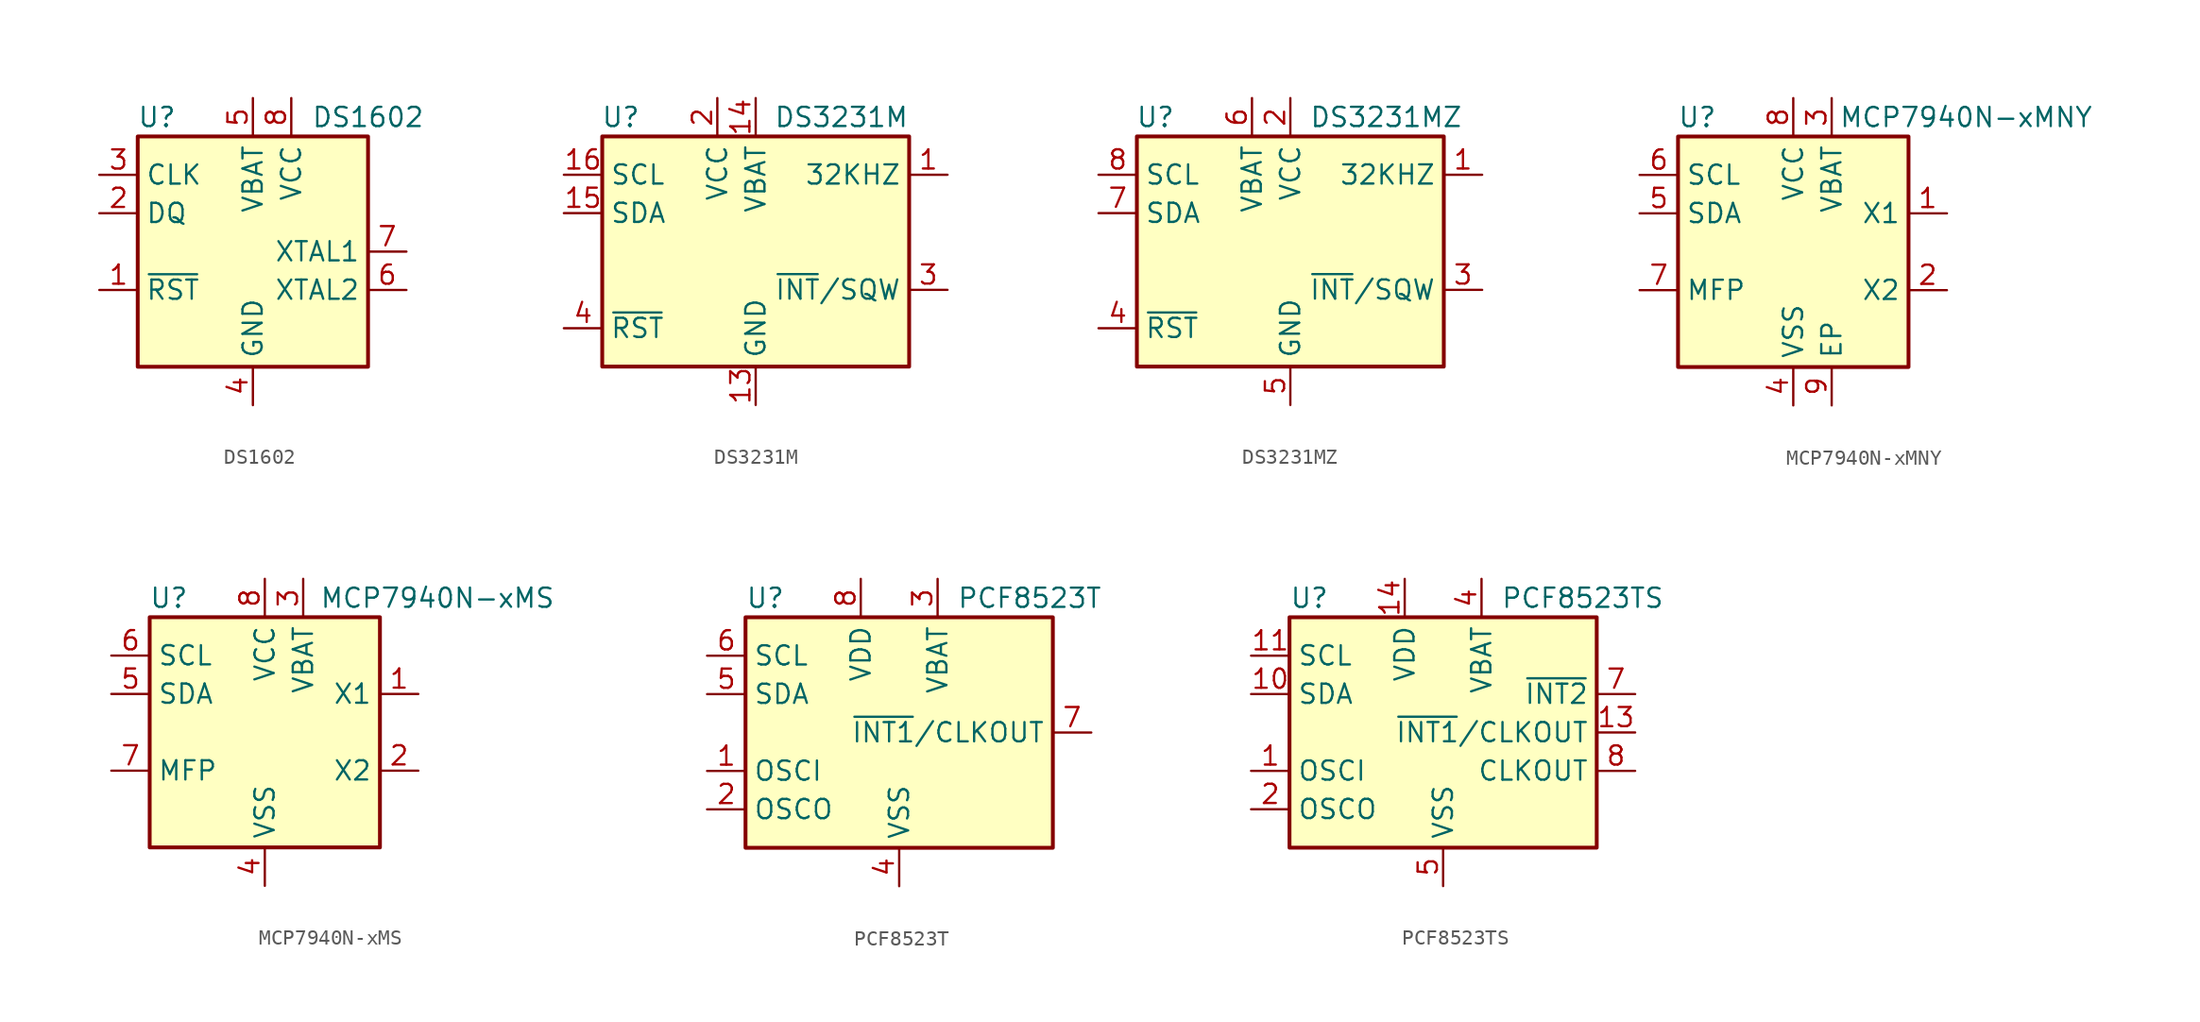
<source format=kicad_sym>
(kicad_symbol_lib
  (version 20241209)
  (generator "kicad_symbol_editor")
  (generator_version "9.0")
  (symbol "DS1602"
    (property "Reference" "U"
      (at -6.35 8.89 0)
      (effects (font (size 1.27 1.27))))
    (property "Value" "DS1602"
      (at 7.62 8.89 0)
      (effects (font (size 1.27 1.27))))
    (symbol "DS1602_0_1"
      (rectangle (start -7.62 7.62) (end 7.62 -7.62) (stroke (width 0.254) (type default)) (fill (type background))))
    (symbol "DS1602_1_1"
      (pin input line (at -10.16 5.08 0) (length 2.54) (name "CLK" (effects (font (size 1.27 1.27)))) (number "3" (effects (font (size 1.27 1.27)))))
      (pin bidirectional line (at -10.16 2.54 0) (length 2.54) (name "DQ" (effects (font (size 1.27 1.27)))) (number "2" (effects (font (size 1.27 1.27)))))
      (pin input line (at -10.16 -2.54 0) (length 2.54) (name "~{RST}" (effects (font (size 1.27 1.27)))) (number "1" (effects (font (size 1.27 1.27)))))
      (pin power_in line (at 0 10.16 270) (length 2.54) (name "VBAT" (effects (font (size 1.27 1.27)))) (number "5" (effects (font (size 1.27 1.27)))))
      (pin power_in line (at 0 -10.16 90) (length 2.54) (name "GND" (effects (font (size 1.27 1.27)))) (number "4" (effects (font (size 1.27 1.27)))))
      (pin power_in line (at 2.54 10.16 270) (length 2.54) (name "VCC" (effects (font (size 1.27 1.27)))) (number "8" (effects (font (size 1.27 1.27)))))
      (pin passive line (at 10.16 0 180) (length 2.54) (name "XTAL1" (effects (font (size 1.27 1.27)))) (number "7" (effects (font (size 1.27 1.27)))))
      (pin passive line (at 10.16 -2.54 180) (length 2.54) (name "XTAL2" (effects (font (size 1.27 1.27)))) (number "6" (effects (font (size 1.27 1.27)))))))
  (symbol "DS3231M"
    (property "Reference" "U"
      (at -7.62 8.89 0)
      (effects (font (size 1.27 1.27)) (justify right)))
    (property "Value" "DS3231M"
      (at 10.16 8.89 0)
      (effects (font (size 1.27 1.27)) (justify right)))
    (symbol "DS3231M_0_1"
      (rectangle (start -10.16 7.62) (end 10.16 -7.62) (stroke (width 0.254) (type default)) (fill (type background))))
    (symbol "DS3231M_1_1"
      (pin input line (at -12.7 5.08 0) (length 2.54) (name "SCL" (effects (font (size 1.27 1.27)))) (number "16" (effects (font (size 1.27 1.27)))))
      (pin bidirectional line (at -12.7 2.54 0) (length 2.54) (name "SDA" (effects (font (size 1.27 1.27)))) (number "15" (effects (font (size 1.27 1.27)))))
      (pin bidirectional line (at -12.7 -5.08 0) (length 2.54) (name "~{RST}" (effects (font (size 1.27 1.27)))) (number "4" (effects (font (size 1.27 1.27)))))
      (pin power_in line (at -2.54 10.16 270) (length 2.54) (name "VCC" (effects (font (size 1.27 1.27)))) (number "2" (effects (font (size 1.27 1.27)))))
      (pin power_in line (at 0 10.16 270) (length 2.54) (name "VBAT" (effects (font (size 1.27 1.27)))) (number "14" (effects (font (size 1.27 1.27)))))
      (pin passive line (at 0 -10.16 90) (length 2.54) (hide yes) (name "GND" (effects (font (size 1.27 1.27)))) (number "10" (effects (font (size 1.27 1.27)))))
      (pin passive line (at 0 -10.16 90) (length 2.54) (hide yes) (name "GND" (effects (font (size 1.27 1.27)))) (number "11" (effects (font (size 1.27 1.27)))))
      (pin passive line (at 0 -10.16 90) (length 2.54) (hide yes) (name "GND" (effects (font (size 1.27 1.27)))) (number "12" (effects (font (size 1.27 1.27)))))
      (pin power_in line (at 0 -10.16 90) (length 2.54) (name "GND" (effects (font (size 1.27 1.27)))) (number "13" (effects (font (size 1.27 1.27)))))
      (pin passive line (at 0 -10.16 90) (length 2.54) (hide yes) (name "GND" (effects (font (size 1.27 1.27)))) (number "5" (effects (font (size 1.27 1.27)))))
      (pin passive line (at 0 -10.16 90) (length 2.54) (hide yes) (name "GND" (effects (font (size 1.27 1.27)))) (number "6" (effects (font (size 1.27 1.27)))))
      (pin passive line (at 0 -10.16 90) (length 2.54) (hide yes) (name "GND" (effects (font (size 1.27 1.27)))) (number "7" (effects (font (size 1.27 1.27)))))
      (pin passive line (at 0 -10.16 90) (length 2.54) (hide yes) (name "GND" (effects (font (size 1.27 1.27)))) (number "8" (effects (font (size 1.27 1.27)))))
      (pin passive line (at 0 -10.16 90) (length 2.54) (hide yes) (name "GND" (effects (font (size 1.27 1.27)))) (number "9" (effects (font (size 1.27 1.27)))))
      (pin open_collector line (at 12.7 5.08 180) (length 2.54) (name "32KHZ" (effects (font (size 1.27 1.27)))) (number "1" (effects (font (size 1.27 1.27)))))
      (pin open_collector line (at 12.7 -2.54 180) (length 2.54) (name "~{INT}/SQW" (effects (font (size 1.27 1.27)))) (number "3" (effects (font (size 1.27 1.27)))))))
  (symbol "DS3231MZ"
    (property "Reference" "U"
      (at -7.62 8.89 0)
      (effects (font (size 1.27 1.27)) (justify right)))
    (property "Value" "DS3231MZ"
      (at 11.43 8.89 0)
      (effects (font (size 1.27 1.27)) (justify right)))
    (symbol "DS3231MZ_0_1"
      (rectangle (start -10.16 7.62) (end 10.16 -7.62) (stroke (width 0.254) (type default)) (fill (type background))))
    (symbol "DS3231MZ_1_1"
      (pin input line (at -12.7 5.08 0) (length 2.54) (name "SCL" (effects (font (size 1.27 1.27)))) (number "8" (effects (font (size 1.27 1.27)))))
      (pin bidirectional line (at -12.7 2.54 0) (length 2.54) (name "SDA" (effects (font (size 1.27 1.27)))) (number "7" (effects (font (size 1.27 1.27)))))
      (pin bidirectional line (at -12.7 -5.08 0) (length 2.54) (name "~{RST}" (effects (font (size 1.27 1.27)))) (number "4" (effects (font (size 1.27 1.27)))))
      (pin power_in line (at -2.54 10.16 270) (length 2.54) (name "VBAT" (effects (font (size 1.27 1.27)))) (number "6" (effects (font (size 1.27 1.27)))))
      (pin power_in line (at 0 10.16 270) (length 2.54) (name "VCC" (effects (font (size 1.27 1.27)))) (number "2" (effects (font (size 1.27 1.27)))))
      (pin power_in line (at 0 -10.16 90) (length 2.54) (name "GND" (effects (font (size 1.27 1.27)))) (number "5" (effects (font (size 1.27 1.27)))))
      (pin open_collector line (at 12.7 5.08 180) (length 2.54) (name "32KHZ" (effects (font (size 1.27 1.27)))) (number "1" (effects (font (size 1.27 1.27)))))
      (pin open_collector line (at 12.7 -2.54 180) (length 2.54) (name "~{INT}/SQW" (effects (font (size 1.27 1.27)))) (number "3" (effects (font (size 1.27 1.27)))))))
  (symbol "MCP7940N-xMNY"
    (property "Reference" "U"
      (at -6.35 8.89 0)
      (effects (font (size 1.27 1.27))))
    (property "Value" "MCP7940N-xMNY"
      (at 11.43 8.89 0)
      (effects (font (size 1.27 1.27))))
    (symbol "MCP7940N-xMNY_0_1"
      (rectangle (start -7.62 7.62) (end 7.62 -7.62) (stroke (width 0.254) (type default)) (fill (type background))))
    (symbol "MCP7940N-xMNY_1_1"
      (pin input line (at -10.16 5.08 0) (length 2.54) (name "SCL" (effects (font (size 1.27 1.27)))) (number "6" (effects (font (size 1.27 1.27)))))
      (pin bidirectional line (at -10.16 2.54 0) (length 2.54) (name "SDA" (effects (font (size 1.27 1.27)))) (number "5" (effects (font (size 1.27 1.27)))))
      (pin open_collector line (at -10.16 -2.54 0) (length 2.54) (name "MFP" (effects (font (size 1.27 1.27)))) (number "7" (effects (font (size 1.27 1.27)))))
      (pin power_in line (at 0 10.16 270) (length 2.54) (name "VCC" (effects (font (size 1.27 1.27)))) (number "8" (effects (font (size 1.27 1.27)))))
      (pin power_in line (at 0 -10.16 90) (length 2.54) (name "VSS" (effects (font (size 1.27 1.27)))) (number "4" (effects (font (size 1.27 1.27)))))
      (pin power_in line (at 2.54 10.16 270) (length 2.54) (name "VBAT" (effects (font (size 1.27 1.27)))) (number "3" (effects (font (size 1.27 1.27)))))
      (pin power_in line (at 2.54 -10.16 90) (length 2.54) (name "EP" (effects (font (size 1.27 1.27)))) (number "9" (effects (font (size 1.27 1.27)))))
      (pin input line (at 10.16 2.54 180) (length 2.54) (name "X1" (effects (font (size 1.27 1.27)))) (number "1" (effects (font (size 1.27 1.27)))))
      (pin output line (at 10.16 -2.54 180) (length 2.54) (name "X2" (effects (font (size 1.27 1.27)))) (number "2" (effects (font (size 1.27 1.27)))))))
  (symbol "MCP7940N-xMS"
    (property "Reference" "U"
      (at -6.35 8.89 0)
      (effects (font (size 1.27 1.27))))
    (property "Value" "MCP7940N-xMS"
      (at 11.43 8.89 0)
      (effects (font (size 1.27 1.27))))
    (symbol "MCP7940N-xMS_0_1"
      (rectangle (start -7.62 7.62) (end 7.62 -7.62) (stroke (width 0.254) (type default)) (fill (type background))))
    (symbol "MCP7940N-xMS_1_1"
      (pin input line (at -10.16 5.08 0) (length 2.54) (name "SCL" (effects (font (size 1.27 1.27)))) (number "6" (effects (font (size 1.27 1.27)))))
      (pin bidirectional line (at -10.16 2.54 0) (length 2.54) (name "SDA" (effects (font (size 1.27 1.27)))) (number "5" (effects (font (size 1.27 1.27)))))
      (pin open_collector line (at -10.16 -2.54 0) (length 2.54) (name "MFP" (effects (font (size 1.27 1.27)))) (number "7" (effects (font (size 1.27 1.27)))))
      (pin power_in line (at 0 10.16 270) (length 2.54) (name "VCC" (effects (font (size 1.27 1.27)))) (number "8" (effects (font (size 1.27 1.27)))))
      (pin power_in line (at 0 -10.16 90) (length 2.54) (name "VSS" (effects (font (size 1.27 1.27)))) (number "4" (effects (font (size 1.27 1.27)))))
      (pin power_in line (at 2.54 10.16 270) (length 2.54) (name "VBAT" (effects (font (size 1.27 1.27)))) (number "3" (effects (font (size 1.27 1.27)))))
      (pin input line (at 10.16 2.54 180) (length 2.54) (name "X1" (effects (font (size 1.27 1.27)))) (number "1" (effects (font (size 1.27 1.27)))))
      (pin output line (at 10.16 -2.54 180) (length 2.54) (name "X2" (effects (font (size 1.27 1.27)))) (number "2" (effects (font (size 1.27 1.27)))))))
  (symbol "PCF8523T"
    (property "Reference" "U"
      (at -10.16 8.89 0)
      (effects (font (size 1.27 1.27)) (justify left)))
    (property "Value" "PCF8523T"
      (at 3.81 8.89 0)
      (effects (font (size 1.27 1.27)) (justify left)))
    (symbol "PCF8523T_0_1"
      (rectangle (start -10.16 7.62) (end 10.16 -7.62) (stroke (width 0.254) (type default)) (fill (type background))))
    (symbol "PCF8523T_1_1"
      (pin input line (at -12.7 5.08 0) (length 2.54) (name "SCL" (effects (font (size 1.27 1.27)))) (number "6" (effects (font (size 1.27 1.27)))))
      (pin bidirectional line (at -12.7 2.54 0) (length 2.54) (name "SDA" (effects (font (size 1.27 1.27)))) (number "5" (effects (font (size 1.27 1.27)))))
      (pin input line (at -12.7 -2.54 0) (length 2.54) (name "OSCI" (effects (font (size 1.27 1.27)))) (number "1" (effects (font (size 1.27 1.27)))))
      (pin output line (at -12.7 -5.08 0) (length 2.54) (name "OSCO" (effects (font (size 1.27 1.27)))) (number "2" (effects (font (size 1.27 1.27)))))
      (pin power_in line (at -2.54 10.16 270) (length 2.54) (name "VDD" (effects (font (size 1.27 1.27)))) (number "8" (effects (font (size 1.27 1.27)))))
      (pin power_in line (at 0 -10.16 90) (length 2.54) (name "VSS" (effects (font (size 1.27 1.27)))) (number "4" (effects (font (size 1.27 1.27)))))
      (pin power_in line (at 2.54 10.16 270) (length 2.54) (name "VBAT" (effects (font (size 1.27 1.27)))) (number "3" (effects (font (size 1.27 1.27)))))
      (pin open_collector line (at 12.7 0 180) (length 2.54) (name "~{INT1}/CLKOUT" (effects (font (size 1.27 1.27)))) (number "7" (effects (font (size 1.27 1.27)))))))
  (symbol "PCF8523TS"
    (property "Reference" "U"
      (at -10.16 8.89 0)
      (effects (font (size 1.27 1.27)) (justify left)))
    (property "Value" "PCF8523TS"
      (at 3.81 8.89 0)
      (effects (font (size 1.27 1.27)) (justify left)))
    (symbol "PCF8523TS_0_1"
      (rectangle (start -10.16 7.62) (end 10.16 -7.62) (stroke (width 0.254) (type default)) (fill (type background))))
    (symbol "PCF8523TS_1_1"
      (pin input line (at -12.7 5.08 0) (length 2.54) (name "SCL" (effects (font (size 1.27 1.27)))) (number "11" (effects (font (size 1.27 1.27)))))
      (pin bidirectional line (at -12.7 2.54 0) (length 2.54) (name "SDA" (effects (font (size 1.27 1.27)))) (number "10" (effects (font (size 1.27 1.27)))))
      (pin input line (at -12.7 -2.54 0) (length 2.54) (name "OSCI" (effects (font (size 1.27 1.27)))) (number "1" (effects (font (size 1.27 1.27)))))
      (pin output line (at -12.7 -5.08 0) (length 2.54) (name "OSCO" (effects (font (size 1.27 1.27)))) (number "2" (effects (font (size 1.27 1.27)))))
      (pin no_connect line (at -5.08 -7.62 90) (length 2.54) (hide yes) (name "NC" (effects (font (size 1.27 1.27)))) (number "3" (effects (font (size 1.27 1.27)))))
      (pin power_in line (at -2.54 10.16 270) (length 2.54) (name "VDD" (effects (font (size 1.27 1.27)))) (number "14" (effects (font (size 1.27 1.27)))))
      (pin no_connect line (at -2.54 -7.62 90) (length 2.54) (hide yes) (name "NC" (effects (font (size 1.27 1.27)))) (number "6" (effects (font (size 1.27 1.27)))))
      (pin power_in line (at 0 -10.16 90) (length 2.54) (name "VSS" (effects (font (size 1.27 1.27)))) (number "5" (effects (font (size 1.27 1.27)))))
      (pin power_in line (at 2.54 10.16 270) (length 2.54) (name "VBAT" (effects (font (size 1.27 1.27)))) (number "4" (effects (font (size 1.27 1.27)))))
      (pin no_connect line (at 2.54 -7.62 90) (length 2.54) (hide yes) (name "NC" (effects (font (size 1.27 1.27)))) (number "9" (effects (font (size 1.27 1.27)))))
      (pin no_connect line (at 5.08 -7.62 90) (length 2.54) (hide yes) (name "NC" (effects (font (size 1.27 1.27)))) (number "12" (effects (font (size 1.27 1.27)))))
      (pin open_collector line (at 12.7 2.54 180) (length 2.54) (name "~{INT2}" (effects (font (size 1.27 1.27)))) (number "7" (effects (font (size 1.27 1.27)))))
      (pin output line (at 12.7 0 180) (length 2.54) (name "~{INT1}/CLKOUT" (effects (font (size 1.27 1.27)))) (number "13" (effects (font (size 1.27 1.27)))))
      (pin open_collector line (at 12.7 -2.54 180) (length 2.54) (name "CLKOUT" (effects (font (size 1.27 1.27)))) (number "8" (effects (font (size 1.27 1.27))))))))
</source>
